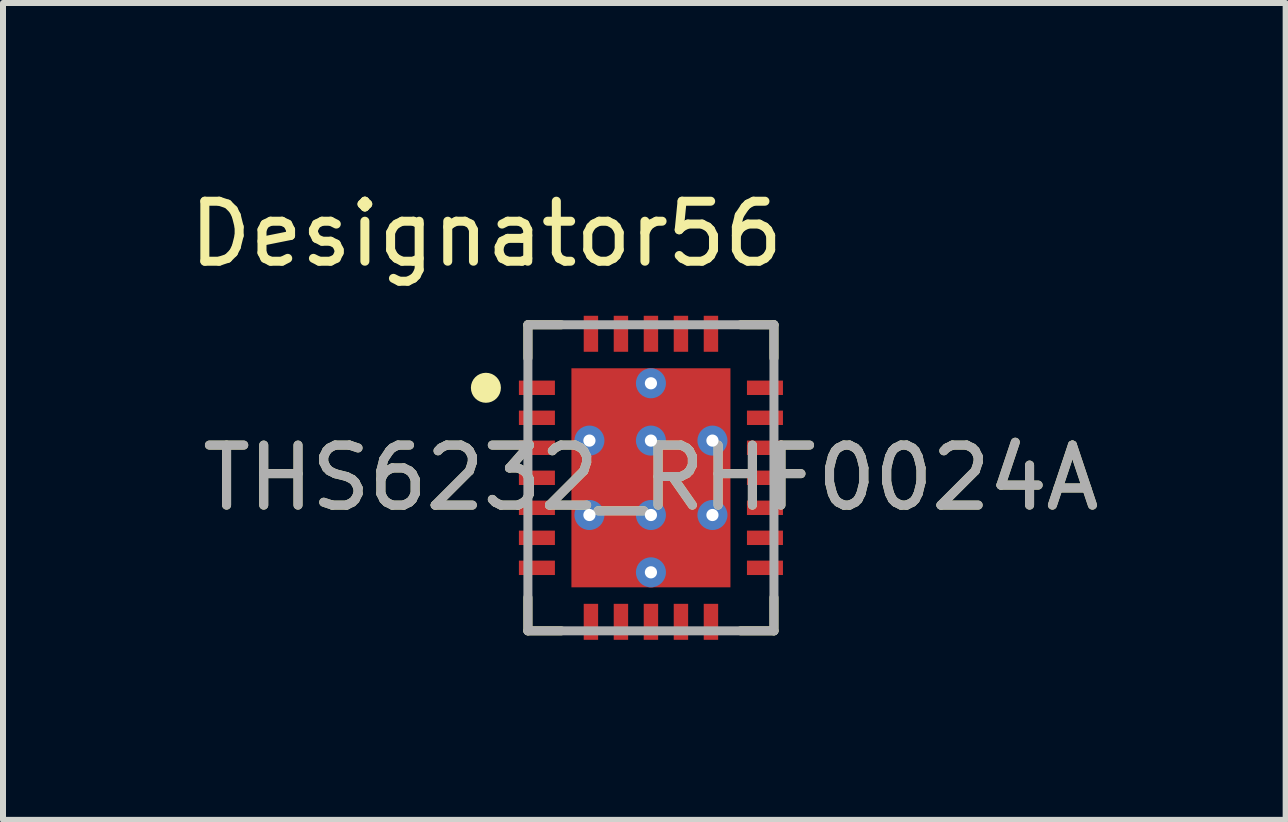
<source format=kicad_pcb>
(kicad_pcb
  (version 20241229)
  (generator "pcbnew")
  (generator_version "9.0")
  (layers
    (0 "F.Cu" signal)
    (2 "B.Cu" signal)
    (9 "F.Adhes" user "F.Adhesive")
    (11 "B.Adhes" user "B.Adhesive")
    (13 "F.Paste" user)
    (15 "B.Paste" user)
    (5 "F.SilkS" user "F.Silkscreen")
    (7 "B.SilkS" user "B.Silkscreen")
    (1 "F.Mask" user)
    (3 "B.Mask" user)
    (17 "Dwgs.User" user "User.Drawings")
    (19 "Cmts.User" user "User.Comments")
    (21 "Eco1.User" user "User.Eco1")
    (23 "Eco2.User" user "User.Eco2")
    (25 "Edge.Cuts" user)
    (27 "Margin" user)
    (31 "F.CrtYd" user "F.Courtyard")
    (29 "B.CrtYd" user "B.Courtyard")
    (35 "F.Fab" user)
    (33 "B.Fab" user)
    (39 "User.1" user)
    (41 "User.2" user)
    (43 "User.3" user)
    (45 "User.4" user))
  (footprint "THS6232_RHF0024A"
    (layer "F.Cu")
    (at 7.797 4.912)
    (property "Reference" "THS6232_RHF0024A" (at 0 0 0) (unlocked yes) (layer "F.SilkS") (effects (font (size 1 1) (thickness 0.15))))
    (attr smd)
    (fp_line (start -2.05 -2.55) (end -1.495 -2.55) (stroke (width 0.15) (type solid)) (layer "F.SilkS"))
    (fp_line (start -2.05 -1.995) (end -2.05 -2.55) (stroke (width 0.15) (type solid)) (layer "F.SilkS"))
    (fp_line (start -2.05 2.55) (end -2.05 1.995) (stroke (width 0.15) (type solid)) (layer "F.SilkS"))
    (fp_line (start -2.05 2.55) (end -1.495 2.55) (stroke (width 0.15) (type solid)) (layer "F.SilkS"))
    (fp_line (start 1.495 -2.55) (end 2.05 -2.55) (stroke (width 0.15) (type solid)) (layer "F.SilkS"))
    (fp_line (start 1.495 2.55) (end 2.05 2.55) (stroke (width 0.15) (type solid)) (layer "F.SilkS"))
    (fp_line (start 2.05 -1.995) (end 2.05 -2.55) (stroke (width 0.15) (type solid)) (layer "F.SilkS"))
    (fp_line (start 2.05 2.55) (end 2.05 1.995) (stroke (width 0.15) (type solid)) (layer "F.SilkS"))
    (fp_circle (center -2.75 -1.5) (end -2.625 -1.5) (stroke (width 0.25) (type solid)) (fill no) (layer "F.SilkS"))
    (fp_poly (pts (xy -1.27 0.77) (xy -1.22 0.72) (xy -0.15 0.72) (xy -0.1 0.77) (xy -0.1 1.71) (xy -0.15 1.76) (xy -1.22 1.76) (xy -1.27 1.71)) (stroke (width 0) (type solid)) (fill yes) (layer "F.Paste"))
    (fp_poly (pts (xy -1.22 0.52) (xy -1.27 0.47) (xy -1.27 -0.47) (xy -1.22 -0.52) (xy -0.15 -0.52) (xy -0.1 -0.47) (xy -0.1 0.47) (xy -0.15 0.52)) (stroke (width 0) (type solid)) (fill yes) (layer "F.Paste"))
    (fp_poly (pts (xy -0.15 -1.76) (xy -0.1 -1.71) (xy -0.1 -0.77) (xy -0.15 -0.72) (xy -1.22 -0.72) (xy -1.27 -0.77) (xy -1.27 -1.71) (xy -1.22 -1.76)) (stroke (width 0) (type solid)) (fill yes) (layer "F.Paste"))
    (fp_poly (pts (xy 0.15 -0.72) (xy 0.1 -0.77) (xy 0.1 -1.71) (xy 0.15 -1.76) (xy 1.22 -1.76) (xy 1.27 -1.71) (xy 1.27 -0.77) (xy 1.22 -0.72)) (stroke (width 0) (type solid)) (fill yes) (layer "F.Paste"))
    (fp_poly (pts (xy 0.15 0.52) (xy 0.1 0.47) (xy 0.1 -0.47) (xy 0.15 -0.52) (xy 1.22 -0.52) (xy 1.27 -0.47) (xy 1.27 0.47) (xy 1.22 0.52)) (stroke (width 0) (type solid)) (fill yes) (layer "F.Paste"))
    (fp_poly (pts (xy 1.22 0.72) (xy 1.27 0.77) (xy 1.27 1.71) (xy 1.22 1.76) (xy 0.15 1.76) (xy 0.1 1.71) (xy 0.1 0.77) (xy 0.15 0.72)) (stroke (width 0) (type solid)) (fill yes) (layer "F.Paste"))
    (fp_line (start -2.05 -2.55) (end 2.05 -2.55) (stroke (width 0.15) (type solid)) (layer "F.Fab"))
    (fp_line (start -2.05 2.55) (end -2.05 -2.55) (stroke (width 0.15) (type solid)) (layer "F.Fab"))
    (fp_line (start -2.05 2.55) (end 2.05 2.55) (stroke (width 0.15) (type solid)) (layer "F.Fab"))
    (fp_line (start 2.05 2.55) (end 2.05 -2.55) (stroke (width 0.15) (type solid)) (layer "F.Fab"))
    (fp_text user "Designator56" (at -2.743 -4.064 0) (unlocked yes) (layer "F.SilkS") (effects (font (size 1 1) (thickness 0.15))))
    (fp_text user "${REFERENCE}" (at 0 0 0) (unlocked yes) (layer "F.Fab") (effects (font (size 1 1) (thickness 0.15))))
    (pad "1" smd rect (at -1.9 -1.5 90) (size 0.24 0.6) (layers "F.Cu" "F.Mask" "F.Paste"))
    (pad "2" smd rect (at -1.9 -1 90) (size 0.24 0.6) (layers "F.Cu" "F.Mask" "F.Paste"))
    (pad "3" smd rect (at -1.9 -0.5 90) (size 0.24 0.6) (layers "F.Cu" "F.Mask" "F.Paste"))
    (pad "4" smd rect (at -1.9 0 90) (size 0.24 0.6) (layers "F.Cu" "F.Mask" "F.Paste"))
    (pad "5" smd rect (at -1.9 0.5 90) (size 0.24 0.6) (layers "F.Cu" "F.Mask" "F.Paste"))
    (pad "6" smd rect (at -1.9 1 90) (size 0.24 0.6) (layers "F.Cu" "F.Mask" "F.Paste"))
    (pad "7" smd rect (at -1.9 1.5 90) (size 0.24 0.6) (layers "F.Cu" "F.Mask" "F.Paste"))
    (pad "8" smd rect (at -1 2.4) (size 0.24 0.6) (layers "F.Cu" "F.Mask" "F.Paste"))
    (pad "9" smd rect (at -0.5 2.4) (size 0.24 0.6) (layers "F.Cu" "F.Mask" "F.Paste"))
    (pad "10" smd rect (at 0 2.4) (size 0.24 0.6) (layers "F.Cu" "F.Mask" "F.Paste"))
    (pad "11" smd rect (at 0.5 2.4) (size 0.24 0.6) (layers "F.Cu" "F.Mask" "F.Paste"))
    (pad "12" smd rect (at 1 2.4) (size 0.24 0.6) (layers "F.Cu" "F.Mask" "F.Paste"))
    (pad "13" smd rect (at 1.9 1.5 90) (size 0.24 0.6) (layers "F.Cu" "F.Mask" "F.Paste"))
    (pad "14" smd rect (at 1.9 1 90) (size 0.24 0.6) (layers "F.Cu" "F.Mask" "F.Paste"))
    (pad "15" smd rect (at 1.9 0.5 90) (size 0.24 0.6) (layers "F.Cu" "F.Mask" "F.Paste"))
    (pad "16" smd rect (at 1.9 0 90) (size 0.24 0.6) (layers "F.Cu" "F.Mask" "F.Paste"))
    (pad "17" smd rect (at 1.9 -0.5 90) (size 0.24 0.6) (layers "F.Cu" "F.Mask" "F.Paste"))
    (pad "18" smd rect (at 1.9 -1 90) (size 0.24 0.6) (layers "F.Cu" "F.Mask" "F.Paste"))
    (pad "19" smd rect (at 1.9 -1.5 90) (size 0.24 0.6) (layers "F.Cu" "F.Mask" "F.Paste"))
    (pad "20" smd rect (at 1 -2.4) (size 0.24 0.6) (layers "F.Cu" "F.Mask" "F.Paste"))
    (pad "21" smd rect (at 0.5 -2.4) (size 0.24 0.6) (layers "F.Cu" "F.Mask" "F.Paste"))
    (pad "22" smd rect (at 0 -2.4) (size 0.24 0.6) (layers "F.Cu" "F.Mask" "F.Paste"))
    (pad "23" smd rect (at -0.5 -2.4) (size 0.24 0.6) (layers "F.Cu" "F.Mask" "F.Paste"))
    (pad "24" smd rect (at -1 -2.4) (size 0.24 0.6) (layers "F.Cu" "F.Mask" "F.Paste"))
    (pad "25" smd rect (at 0 0) (size 2.65 3.65) (layers "F.Cu" "F.Mask"))
    (pad "26" thru_hole circle (at 0 1.575) (size 0.5 0.5) (drill 0.203) (layers "*.Cu" "*.Mask"))
    (pad "27" thru_hole circle (at 0 -1.575) (size 0.5 0.5) (drill 0.203) (layers "*.Cu" "*.Mask"))
    (pad "28" thru_hole circle (at 1.025 0.62) (size 0.5 0.5) (drill 0.203) (layers "*.Cu" "*.Mask"))
    (pad "29" thru_hole circle (at 0 0.62) (size 0.5 0.5) (drill 0.203) (layers "*.Cu" "*.Mask"))
    (pad "30" thru_hole circle (at -1.025 0.62) (size 0.5 0.5) (drill 0.203) (layers "*.Cu" "*.Mask"))
    (pad "31" thru_hole circle (at 1.025 -0.62) (size 0.5 0.5) (drill 0.203) (layers "*.Cu" "*.Mask"))
    (pad "32" thru_hole circle (at 0 -0.62) (size 0.5 0.5) (drill 0.203) (layers "*.Cu" "*.Mask"))
    (pad "33" thru_hole circle (at -1.025 -0.62) (size 0.5 0.5) (drill 0.203) (layers "*.Cu" "*.Mask")))
  (gr_rect
    (start -3 -3)
    (end 18.374 10.612)
    (stroke (width 0.1) (type default))
    (fill no)
    (layer "Edge.Cuts")))
</source>
